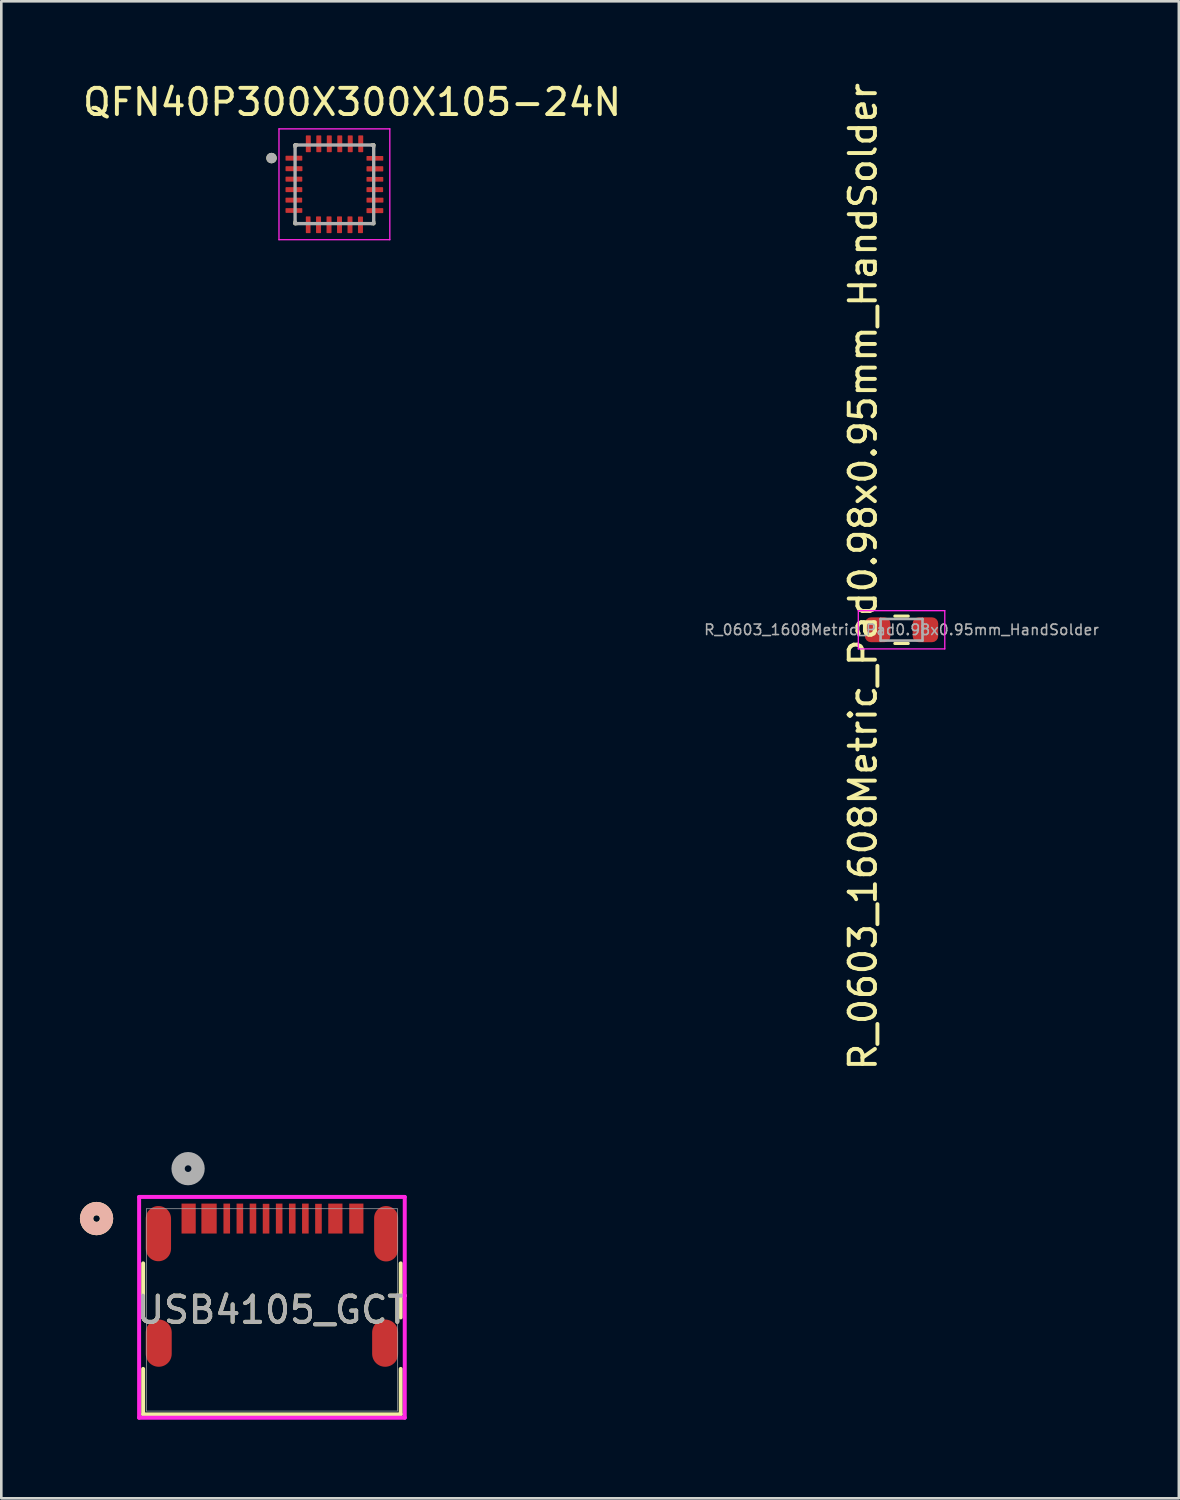
<source format=kicad_pcb>
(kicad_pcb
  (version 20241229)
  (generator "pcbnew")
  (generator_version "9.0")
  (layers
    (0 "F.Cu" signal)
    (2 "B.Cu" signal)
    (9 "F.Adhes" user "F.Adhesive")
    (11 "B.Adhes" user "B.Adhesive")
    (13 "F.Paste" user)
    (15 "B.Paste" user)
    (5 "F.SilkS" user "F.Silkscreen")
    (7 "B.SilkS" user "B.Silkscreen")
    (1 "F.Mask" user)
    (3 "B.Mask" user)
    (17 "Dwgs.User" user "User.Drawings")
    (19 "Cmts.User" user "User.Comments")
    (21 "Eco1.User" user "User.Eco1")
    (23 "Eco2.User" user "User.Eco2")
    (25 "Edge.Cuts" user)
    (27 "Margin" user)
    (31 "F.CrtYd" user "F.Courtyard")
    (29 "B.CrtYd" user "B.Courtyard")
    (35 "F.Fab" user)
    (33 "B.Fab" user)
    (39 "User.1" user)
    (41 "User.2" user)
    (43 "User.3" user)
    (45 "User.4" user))
  (footprint "QFN40P300X300X105-24N"
    (layer "F.Cu")
    (at 9.712 3.983)
    (property "Reference" "QFN40P300X300X105-24N" (at 0.675 -3.135 0) (layer "F.SilkS") (effects (font (size 1 1) (thickness 0.15))))
    (attr smd)
    (fp_line (start -1.5 -1.5) (end -1.5 -1.43) (stroke (width 0.127) (type solid)) (layer "F.SilkS"))
    (fp_line (start -1.5 1.43) (end -1.5 1.5) (stroke (width 0.127) (type solid)) (layer "F.SilkS"))
    (fp_line (start -1.5 1.5) (end -1.43 1.5) (stroke (width 0.127) (type solid)) (layer "F.SilkS"))
    (fp_line (start -1.43 -1.5) (end -1.5 -1.5) (stroke (width 0.127) (type solid)) (layer "F.SilkS"))
    (fp_line (start 1.43 1.5) (end 1.5 1.5) (stroke (width 0.127) (type solid)) (layer "F.SilkS"))
    (fp_line (start 1.5 -1.5) (end 1.43 -1.5) (stroke (width 0.127) (type solid)) (layer "F.SilkS"))
    (fp_line (start 1.5 -1.43) (end 1.5 -1.5) (stroke (width 0.127) (type solid)) (layer "F.SilkS"))
    (fp_line (start 1.5 1.5) (end 1.5 1.43) (stroke (width 0.127) (type solid)) (layer "F.SilkS"))
    (fp_circle (center -2.4 -1) (end -2.3 -1) (stroke (width 0.2) (type solid)) (fill no) (layer "F.SilkS"))
    (fp_line (start -2.115 -2.115) (end 2.115 -2.115) (stroke (width 0.05) (type solid)) (layer "F.CrtYd"))
    (fp_line (start -2.115 2.115) (end -2.115 -2.115) (stroke (width 0.05) (type solid)) (layer "F.CrtYd"))
    (fp_line (start 2.115 -2.115) (end 2.115 2.115) (stroke (width 0.05) (type solid)) (layer "F.CrtYd"))
    (fp_line (start 2.115 2.115) (end -2.115 2.115) (stroke (width 0.05) (type solid)) (layer "F.CrtYd"))
    (fp_line (start -1.5 -1.5) (end 1.5 -1.5) (stroke (width 0.127) (type solid)) (layer "F.Fab"))
    (fp_line (start -1.5 1.5) (end -1.5 -1.5) (stroke (width 0.127) (type solid)) (layer "F.Fab"))
    (fp_line (start 1.5 -1.5) (end 1.5 1.5) (stroke (width 0.127) (type solid)) (layer "F.Fab"))
    (fp_line (start 1.5 1.5) (end -1.5 1.5) (stroke (width 0.127) (type solid)) (layer "F.Fab"))
    (fp_circle (center -2.4 -1) (end -2.3 -1) (stroke (width 0.2) (type solid)) (fill no) (layer "F.Fab"))
    (pad "1" smd roundrect (at -1.545 -0.995) (size 0.64 0.19) (layers "F.Cu" "F.Mask" "F.Paste") (roundrect_rratio 0.125))
    (pad "2" smd roundrect (at -1.542 -0.595) (size 0.645 0.19) (layers "F.Cu" "F.Mask" "F.Paste") (roundrect_rratio 0.125))
    (pad "3" smd roundrect (at -1.545 -0.195) (size 0.64 0.19) (layers "F.Cu" "F.Mask" "F.Paste") (roundrect_rratio 0.125))
    (pad "4" smd roundrect (at -1.545 0.205) (size 0.64 0.19) (layers "F.Cu" "F.Mask" "F.Paste") (roundrect_rratio 0.125))
    (pad "5" smd roundrect (at -1.548 0.605) (size 0.635 0.19) (layers "F.Cu" "F.Mask" "F.Paste") (roundrect_rratio 0.125))
    (pad "6" smd roundrect (at -1.545 1) (size 0.64 0.18) (layers "F.Cu" "F.Mask" "F.Paste") (roundrect_rratio 0.125))
    (pad "7" smd roundrect (at -1 1.545) (size 0.18 0.64) (layers "F.Cu" "F.Mask" "F.Paste") (roundrect_rratio 0.125))
    (pad "8" smd roundrect (at -0.605 1.545) (size 0.19 0.64) (layers "F.Cu" "F.Mask" "F.Paste") (roundrect_rratio 0.125))
    (pad "9" smd roundrect (at -0.205 1.545) (size 0.19 0.64) (layers "F.Cu" "F.Mask" "F.Paste") (roundrect_rratio 0.125))
    (pad "10" smd roundrect (at 0.195 1.545) (size 0.19 0.64) (layers "F.Cu" "F.Mask" "F.Paste") (roundrect_rratio 0.125))
    (pad "11" smd roundrect (at 0.595 1.545) (size 0.19 0.64) (layers "F.Cu" "F.Mask" "F.Paste") (roundrect_rratio 0.125))
    (pad "12" smd roundrect (at 0.995 1.548) (size 0.19 0.635) (layers "F.Cu" "F.Mask" "F.Paste") (roundrect_rratio 0.125))
    (pad "13" smd roundrect (at 1.545 1.005) (size 0.64 0.19) (layers "F.Cu" "F.Mask" "F.Paste") (roundrect_rratio 0.125))
    (pad "14" smd roundrect (at 1.548 0.605) (size 0.645 0.19) (layers "F.Cu" "F.Mask" "F.Paste") (roundrect_rratio 0.125))
    (pad "15" smd roundrect (at 1.542 0.205) (size 0.635 0.19) (layers "F.Cu" "F.Mask" "F.Paste") (roundrect_rratio 0.125))
    (pad "16" smd roundrect (at 1.545 -0.19) (size 0.64 0.18) (layers "F.Cu" "F.Mask" "F.Paste") (roundrect_rratio 0.125))
    (pad "17" smd roundrect (at 1.545 -0.59) (size 0.64 0.2) (layers "F.Cu" "F.Mask" "F.Paste") (roundrect_rratio 0.125))
    (pad "18" smd roundrect (at 1.545 -0.99) (size 0.64 0.18) (layers "F.Cu" "F.Mask" "F.Paste") (roundrect_rratio 0.125))
    (pad "19" smd roundrect (at 1.005 -1.545) (size 0.19 0.64) (layers "F.Cu" "F.Mask" "F.Paste") (roundrect_rratio 0.125))
    (pad "20" smd roundrect (at 0.605 -1.545) (size 0.19 0.64) (layers "F.Cu" "F.Mask" "F.Paste") (roundrect_rratio 0.125))
    (pad "21" smd roundrect (at 0.205 -1.545) (size 0.19 0.64) (layers "F.Cu" "F.Mask" "F.Paste") (roundrect_rratio 0.125))
    (pad "22" smd roundrect (at -0.195 -1.545) (size 0.19 0.64) (layers "F.Cu" "F.Mask" "F.Paste") (roundrect_rratio 0.125))
    (pad "23" smd roundrect (at -0.595 -1.545) (size 0.19 0.64) (layers "F.Cu" "F.Mask" "F.Paste") (roundrect_rratio 0.125))
    (pad "24" smd roundrect (at -0.995 -1.545) (size 0.19 0.64) (layers "F.Cu" "F.Mask" "F.Paste") (roundrect_rratio 0.125))
    (zone (net_name "") (layer "F.Cu") (hatch full 0.508) (connect_pads) (min_thickness 0.01) (filled_areas_thickness no) (keepout (tracks not_allowed) (vias not_allowed) (pads not_allowed) (copperpour not_allowed) (footprints allowed)) (placement (enabled no)) (fill) (polygon (pts (xy 8.862 3.213) (xy 10.562 3.213) (xy 10.562 4.753) (xy 8.862 4.753))))
    (zone (net_name "") (layers "F.Cu" "B.Cu") (hatch full 0.508) (connect_pads) (min_thickness 0.01) (filled_areas_thickness no) (keepout (tracks allowed) (vias not_allowed) (pads allowed) (copperpour allowed) (footprints allowed)) (placement (enabled no)) (fill) (polygon (pts (xy 8.862 3.213) (xy 10.562 3.213) (xy 10.562 4.753) (xy 8.862 4.753)))))
  (footprint "R_0603_1608Metric_Pad0.98x0.95mm_HandSolder"
    (layer "F.Cu")
    (at 31.357 20.985)
    (property "Reference" "R_0603_1608Metric_Pad0.98x0.95mm_HandSolder" (at -1.471 -2.027 90) (layer "F.SilkS") (effects (font (size 1 1) (thickness 0.15))))
    (attr smd)
    (fp_line (start -0.255 -0.522) (end 0.255 -0.522) (stroke (width 0.12) (type solid)) (layer "F.SilkS"))
    (fp_line (start -0.255 0.522) (end 0.255 0.522) (stroke (width 0.12) (type solid)) (layer "F.SilkS"))
    (fp_line (start -1.65 -0.73) (end 1.65 -0.73) (stroke (width 0.05) (type solid)) (layer "F.CrtYd"))
    (fp_line (start -1.65 0.73) (end -1.65 -0.73) (stroke (width 0.05) (type solid)) (layer "F.CrtYd"))
    (fp_line (start 1.65 -0.73) (end 1.65 0.73) (stroke (width 0.05) (type solid)) (layer "F.CrtYd"))
    (fp_line (start 1.65 0.73) (end -1.65 0.73) (stroke (width 0.05) (type solid)) (layer "F.CrtYd"))
    (fp_line (start -0.8 -0.412) (end 0.8 -0.412) (stroke (width 0.1) (type solid)) (layer "F.Fab"))
    (fp_line (start -0.8 0.412) (end -0.8 -0.412) (stroke (width 0.1) (type solid)) (layer "F.Fab"))
    (fp_line (start 0.8 -0.412) (end 0.8 0.412) (stroke (width 0.1) (type solid)) (layer "F.Fab"))
    (fp_line (start 0.8 0.412) (end -0.8 0.412) (stroke (width 0.1) (type solid)) (layer "F.Fab"))
    (fp_text user "${REFERENCE}" (at 0 0 180) (layer "F.Fab") (effects (font (size 0.4 0.4) (thickness 0.06))))
    (pad "1" smd roundrect (at -0.912 0) (size 0.975 0.95) (layers "F.Cu" "F.Mask" "F.Paste") (roundrect_rratio 0.25))
    (pad "2" smd roundrect (at 0.912 0) (size 0.975 0.95) (layers "F.Cu" "F.Mask" "F.Paste") (roundrect_rratio 0.25)))
  (footprint "USB4105_GCT"
    (layer "F.Cu")
    (at 7.328 46.942)
    (property "Reference" "USB4105_GCT" (at 0 0 0) (unlocked yes) (layer "F.SilkS") (effects (font (size 1 1) (thickness 0.15))))
    (attr smd)
    (fp_line (start -4.915 -1.776) (end -4.915 0.287) (stroke (width 0.152) (type solid)) (layer "F.SilkS"))
    (fp_line (start -4.915 2.252) (end -4.915 3.988) (stroke (width 0.152) (type solid)) (layer "F.SilkS"))
    (fp_line (start -4.915 3.988) (end 4.915 3.988) (stroke (width 0.152) (type solid)) (layer "F.SilkS"))
    (fp_line (start 4.915 0.287) (end 4.915 -1.776) (stroke (width 0.152) (type solid)) (layer "F.SilkS"))
    (fp_line (start 4.915 3.988) (end 4.915 2.252) (stroke (width 0.152) (type solid)) (layer "F.SilkS"))
    (fp_circle (center -6.693 -3.486) (end -6.312 -3.486) (stroke (width 0.508) (type solid)) (fill no) (layer "F.SilkS"))
    (fp_circle (center -6.693 -3.486) (end -6.312 -3.486) (stroke (width 0.508) (type solid)) (fill no) (layer "B.SilkS"))
    (fp_line (start -5.069 -4.311) (end -5.069 4.115) (stroke (width 0.152) (type solid)) (layer "F.CrtYd"))
    (fp_line (start -5.069 4.115) (end 5.069 4.115) (stroke (width 0.152) (type solid)) (layer "F.CrtYd"))
    (fp_line (start 5.069 -4.311) (end -5.069 -4.311) (stroke (width 0.152) (type solid)) (layer "F.CrtYd"))
    (fp_line (start 5.069 4.115) (end 5.069 -4.311) (stroke (width 0.152) (type solid)) (layer "F.CrtYd"))
    (fp_line (start -4.788 -3.861) (end -4.788 3.861) (stroke (width 0.025) (type solid)) (layer "F.Fab"))
    (fp_line (start -4.788 3.861) (end 4.788 3.861) (stroke (width 0.025) (type solid)) (layer "F.Fab"))
    (fp_line (start 4.788 -3.861) (end -4.788 -3.861) (stroke (width 0.025) (type solid)) (layer "F.Fab"))
    (fp_line (start 4.788 3.861) (end 4.788 -3.861) (stroke (width 0.025) (type solid)) (layer "F.Fab"))
    (fp_circle (center -3.2 -5.391) (end -2.819 -5.391) (stroke (width 0.508) (type solid)) (fill no) (layer "F.Fab"))
    (fp_text user "${REFERENCE}" (at 0 0 0) (unlocked yes) (layer "F.Fab") (effects (font (size 1 1) (thickness 0.15))))
    (pad "13" smd oval (at -4.32 1.269) (size 0.991 1.803) (layers "F.Cu" "F.Mask" "F.Paste"))
    (pad "14" smd oval (at 4.32 1.269) (size 0.991 1.803) (layers "F.Cu" "F.Mask" "F.Paste"))
    (pad "15" smd oval (at -4.333 -2.911) (size 0.965 2.108) (layers "F.Cu" "F.Mask" "F.Paste"))
    (pad "16" smd oval (at 4.358 -2.907) (size 0.915 2.115) (layers "F.Cu" "F.Mask" "F.Paste"))
    (pad "A1-B12" smd rect (at -3.179 -3.486) (size 0.542 1.143) (layers "F.Cu" "F.Mask" "F.Paste"))
    (pad "A4-B9" smd rect (at -2.4 -3.486) (size 0.584 1.143) (layers "F.Cu" "F.Mask" "F.Paste"))
    (pad "A5" smd rect (at -1.224 -3.486) (size 0.252 1.143) (layers "F.Cu" "F.Mask" "F.Paste"))
    (pad "A6" smd rect (at -0.224 -3.482) (size 0.252 1.136) (layers "F.Cu" "F.Mask" "F.Paste"))
    (pad "A7" smd rect (at 0.276 -3.486) (size 0.252 1.143) (layers "F.Cu" "F.Mask" "F.Paste"))
    (pad "A8" smd rect (at 1.276 -3.486) (size 0.252 1.143) (layers "F.Cu" "F.Mask" "F.Paste"))
    (pad "B1-A12" smd rect (at 3.221 -3.486) (size 0.542 1.143) (layers "F.Cu" "F.Mask" "F.Paste"))
    (pad "B4-A9" smd rect (at 2.421 -3.486) (size 0.542 1.143) (layers "F.Cu" "F.Mask" "F.Paste"))
    (pad "B5" smd rect (at 1.776 -3.482) (size 0.252 1.136) (layers "F.Cu" "F.Mask" "F.Paste"))
    (pad "B6" smd rect (at 0.776 -3.486) (size 0.252 1.143) (layers "F.Cu" "F.Mask" "F.Paste"))
    (pad "B7" smd rect (at -0.724 -3.486) (size 0.252 1.143) (layers "F.Cu" "F.Mask" "F.Paste"))
    (pad "B8" smd rect (at -1.724 -3.486) (size 0.252 1.143) (layers "F.Cu" "F.Mask" "F.Paste")))
  (gr_rect
    (start -3 -3)
    (end 41.94 54.133)
    (stroke (width 0.1) (type default))
    (fill no)
    (layer "Edge.Cuts")))
</source>
